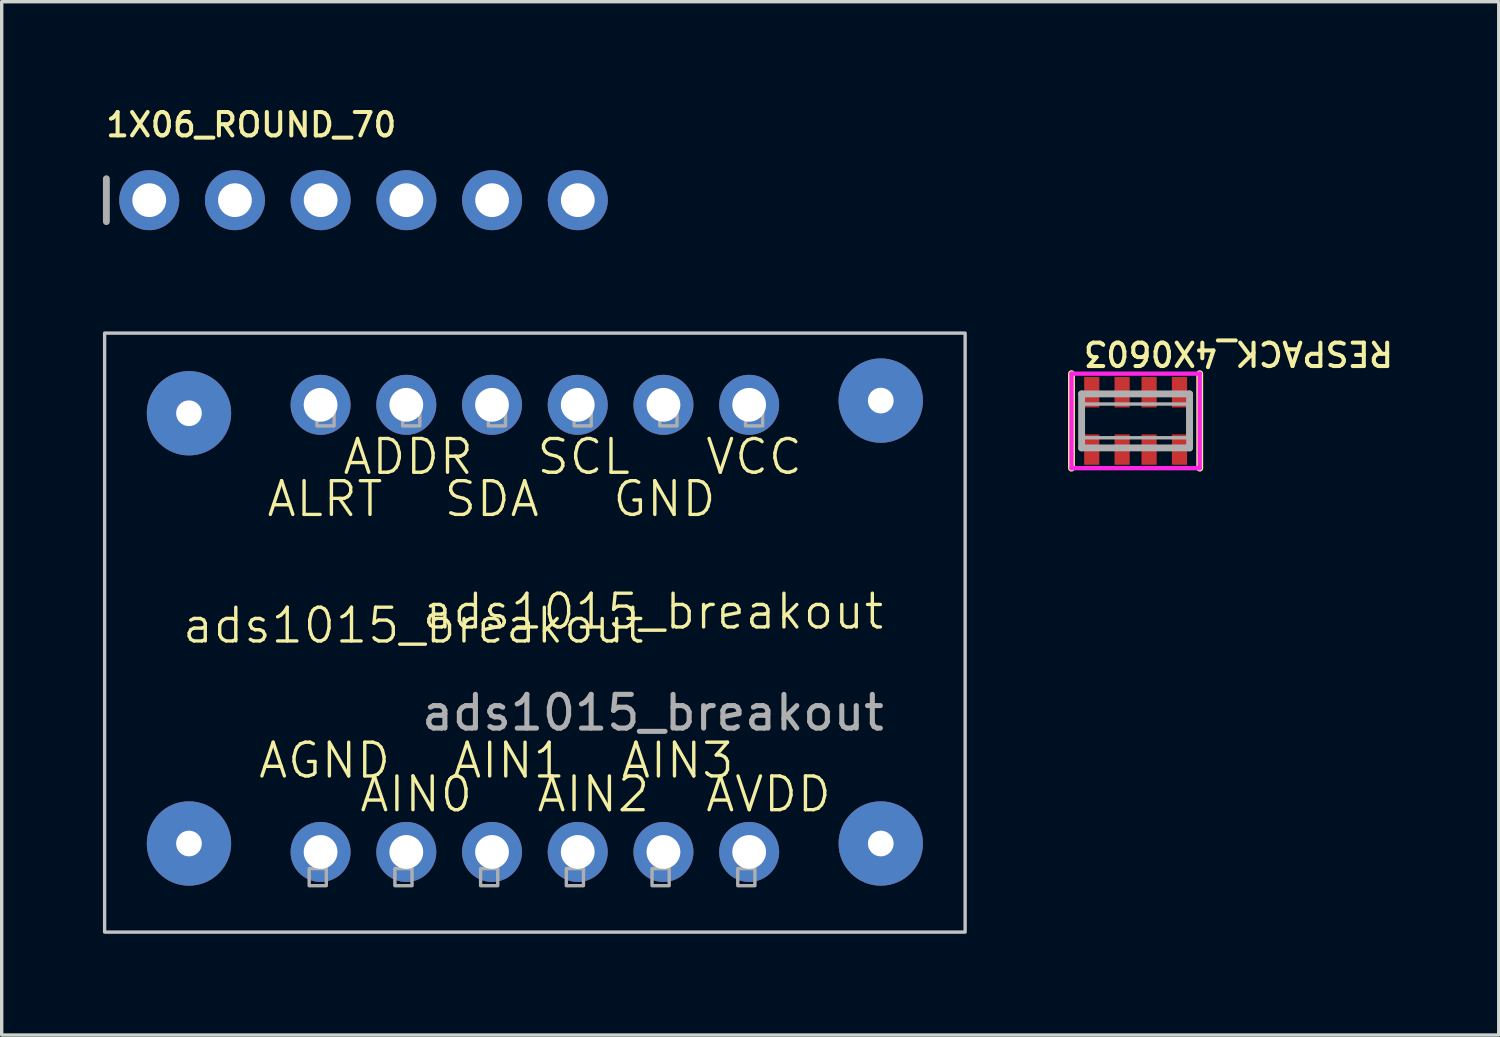
<source format=kicad_pcb>
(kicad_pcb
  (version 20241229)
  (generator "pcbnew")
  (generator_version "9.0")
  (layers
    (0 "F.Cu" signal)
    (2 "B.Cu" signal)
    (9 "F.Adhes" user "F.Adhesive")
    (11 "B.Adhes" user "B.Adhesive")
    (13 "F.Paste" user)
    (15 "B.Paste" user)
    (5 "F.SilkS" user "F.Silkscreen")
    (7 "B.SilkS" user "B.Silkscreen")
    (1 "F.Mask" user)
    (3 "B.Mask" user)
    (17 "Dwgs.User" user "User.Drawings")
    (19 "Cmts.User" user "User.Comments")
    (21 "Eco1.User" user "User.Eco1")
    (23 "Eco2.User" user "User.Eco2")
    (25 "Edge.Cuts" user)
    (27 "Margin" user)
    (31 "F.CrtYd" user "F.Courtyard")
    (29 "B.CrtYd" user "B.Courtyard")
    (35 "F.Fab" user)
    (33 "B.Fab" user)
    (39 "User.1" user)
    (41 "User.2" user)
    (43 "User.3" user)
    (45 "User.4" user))
  (footprint "RESPACK_4X0603"
    (layer "F.Cu")
    (at 30.602 9.423)
    (property "Reference" "RESPACK_4X0603" (at -1.6 -1.6 180) (unlocked yes) (layer "F.SilkS") (effects (font (size 0.693 0.693) (thickness 0.12)) (justify right top)))
    (fp_line (start -1.9 1.4) (end -1.9 -1.4) (stroke (width 0.203) (type solid)) (layer "F.SilkS"))
    (fp_line (start 1.9 -1.4) (end 1.9 1.4) (stroke (width 0.203) (type solid)) (layer "F.SilkS"))
    (fp_line (start -1.9 -1.4) (end 1.9 -1.4) (stroke (width 0.127) (type solid)) (layer "F.CrtYd"))
    (fp_line (start -1.9 1.4) (end -1.9 -1.4) (stroke (width 0.127) (type solid)) (layer "F.CrtYd"))
    (fp_line (start -1.9 1.4) (end 1.9 1.4) (stroke (width 0.127) (type solid)) (layer "F.CrtYd"))
    (fp_line (start 1.9 -1.4) (end 1.9 1.4) (stroke (width 0.127) (type solid)) (layer "F.CrtYd"))
    (fp_line (start -1.6 -0.8) (end 1.6 -0.8) (stroke (width 0.203) (type solid)) (layer "F.Fab"))
    (fp_line (start -1.6 0.8) (end -1.6 -0.8) (stroke (width 0.203) (type solid)) (layer "F.Fab"))
    (fp_line (start 1.6 -0.8) (end 1.6 0.8) (stroke (width 0.203) (type solid)) (layer "F.Fab"))
    (fp_line (start 1.6 0.8) (end -1.6 0.8) (stroke (width 0.203) (type solid)) (layer "F.Fab"))
    (fp_poly (pts (xy -1.55 0.5) (xy 1.55 0.5) (xy 1.55 -0.5) (xy -1.55 -0.5)) (stroke (width 0.1) (type default)) (fill no) (layer "F.Fab"))
    (pad "1" smd rect (at -1.3 0.85) (size 0.45 0.9) (layers "F.Cu" "F.Mask" "F.Paste"))
    (pad "2" smd rect (at -0.4 0.85) (size 0.45 0.9) (layers "F.Cu" "F.Mask" "F.Paste"))
    (pad "3" smd rect (at 0.4 0.85) (size 0.45 0.9) (layers "F.Cu" "F.Mask" "F.Paste"))
    (pad "4" smd rect (at 1.3 0.85) (size 0.45 0.9) (layers "F.Cu" "F.Mask" "F.Paste"))
    (pad "5" smd rect (at 1.3 -0.85) (size 0.45 0.9) (layers "F.Cu" "F.Mask" "F.Paste"))
    (pad "6" smd rect (at 0.4 -0.85) (size 0.45 0.9) (layers "F.Cu" "F.Mask" "F.Paste"))
    (pad "7" smd rect (at -0.4 -0.85) (size 0.45 0.9) (layers "F.Cu" "F.Mask" "F.Paste"))
    (pad "8" smd rect (at -1.3 -0.85) (size 0.45 0.9) (layers "F.Cu" "F.Mask" "F.Paste")))
  (footprint "ads1015_breakout"
    (layer "F.Cu")
    (at 12.8 15.571)
    (property "Reference" "ads1015_breakout" (at 3.5 -0.5 0) (unlocked yes) (layer "F.SilkS") (effects (font (size 1 1) (thickness 0.1))))
    (property "Value" "ads1015_breakout" (at 3.5 1 0) (unlocked yes) (layer "F.Fab") (hide yes) (effects (font (size 1 1) (thickness 0.15))))
    (attr through_hole)
    (fp_rect (start -12.75 -8.75) (end 12.75 9) (stroke (width 0.1) (type default)) (fill no) (layer "Dwgs.User"))
    (fp_poly (pts (xy -6.688 7.625) (xy -6.18 7.625) (xy -6.18 7.117) (xy -6.688 7.117)) (stroke (width 0.1) (type default)) (fill no) (layer "F.Fab"))
    (fp_poly (pts (xy -6.458 -6) (xy -5.95 -6) (xy -5.95 -6.508) (xy -6.458 -6.508)) (stroke (width 0.1) (type default)) (fill no) (layer "F.Fab"))
    (fp_poly (pts (xy -4.148 7.625) (xy -3.64 7.625) (xy -3.64 7.117) (xy -4.148 7.117)) (stroke (width 0.1) (type default)) (fill no) (layer "F.Fab"))
    (fp_poly (pts (xy -3.918 -6) (xy -3.41 -6) (xy -3.41 -6.508) (xy -3.918 -6.508)) (stroke (width 0.1) (type default)) (fill no) (layer "F.Fab"))
    (fp_poly (pts (xy -1.608 7.625) (xy -1.1 7.625) (xy -1.1 7.117) (xy -1.608 7.117)) (stroke (width 0.1) (type default)) (fill no) (layer "F.Fab"))
    (fp_poly (pts (xy -1.378 -6) (xy -0.87 -6) (xy -0.87 -6.508) (xy -1.378 -6.508)) (stroke (width 0.1) (type default)) (fill no) (layer "F.Fab"))
    (fp_poly (pts (xy 0.932 7.625) (xy 1.44 7.625) (xy 1.44 7.117) (xy 0.932 7.117)) (stroke (width 0.1) (type default)) (fill no) (layer "F.Fab"))
    (fp_poly (pts (xy 1.162 -6) (xy 1.67 -6) (xy 1.67 -6.508) (xy 1.162 -6.508)) (stroke (width 0.1) (type default)) (fill no) (layer "F.Fab"))
    (fp_poly (pts (xy 3.472 7.625) (xy 3.98 7.625) (xy 3.98 7.117) (xy 3.472 7.117)) (stroke (width 0.1) (type default)) (fill no) (layer "F.Fab"))
    (fp_poly (pts (xy 3.702 -6) (xy 4.21 -6) (xy 4.21 -6.508) (xy 3.702 -6.508)) (stroke (width 0.1) (type default)) (fill no) (layer "F.Fab"))
    (fp_poly (pts (xy 6.012 7.625) (xy 6.52 7.625) (xy 6.52 7.117) (xy 6.012 7.117)) (stroke (width 0.1) (type default)) (fill no) (layer "F.Fab"))
    (fp_poly (pts (xy 6.242 -6) (xy 6.75 -6) (xy 6.75 -6.508) (xy 6.242 -6.508)) (stroke (width 0.1) (type default)) (fill no) (layer "F.Fab"))
    (fp_text user "AIN2" (at 0 5.5 0) (unlocked yes) (layer "F.SilkS") (effects (font (size 1 1) (thickness 0.1)) (justify left bottom)))
    (fp_text user "AVDD" (at 5 5.5 0) (unlocked yes) (layer "F.SilkS") (effects (font (size 1 1) (thickness 0.1)) (justify left bottom)))
    (fp_text user "AGND" (at -8.25 4.5 0) (unlocked yes) (layer "F.SilkS") (effects (font (size 1 1) (thickness 0.1)) (justify left bottom)))
    (fp_text user "AIN1" (at -2.5 4.5 0) (unlocked yes) (layer "F.SilkS") (effects (font (size 1 1) (thickness 0.1)) (justify left bottom)))
    (fp_text user "ADDR" (at -5.75 -4.5 0) (unlocked yes) (layer "F.SilkS") (effects (font (size 1 1) (thickness 0.1)) (justify left bottom)))
    (fp_text user "AIN3" (at 2.5 4.5 0) (unlocked yes) (layer "F.SilkS") (effects (font (size 1 1) (thickness 0.1)) (justify left bottom)))
    (fp_text user "AIN0" (at -5.25 5.5 0) (unlocked yes) (layer "F.SilkS") (effects (font (size 1 1) (thickness 0.1)) (justify left bottom)))
    (fp_text user "ALRT" (at -8 -3.25 0) (unlocked yes) (layer "F.SilkS") (effects (font (size 1 1) (thickness 0.1)) (justify left bottom)))
    (fp_text user "SDA" (at -2.75 -3.25 0) (unlocked yes) (layer "F.SilkS") (effects (font (size 1 1) (thickness 0.1)) (justify left bottom)))
    (fp_text user "GND" (at 2.25 -3.25 0) (unlocked yes) (layer "F.SilkS") (effects (font (size 1 1) (thickness 0.1)) (justify left bottom)))
    (fp_text user "SCL" (at 0 -4.5 0) (unlocked yes) (layer "F.SilkS") (effects (font (size 1 1) (thickness 0.1)) (justify left bottom)))
    (fp_text user "${VALUE}" (at -10.5 0.5 0) (unlocked yes) (layer "F.SilkS") (effects (font (size 1 1) (thickness 0.1)) (justify left bottom)))
    (fp_text user "VCC" (at 5 -4.5 0) (unlocked yes) (layer "F.SilkS") (effects (font (size 1 1) (thickness 0.1)) (justify left bottom)))
    (fp_text user "${REFERENCE}" (at 3.5 2.5 0) (unlocked yes) (layer "F.Fab") (effects (font (size 1 1) (thickness 0.15))))
    (pad "" np_thru_hole circle (at -10.25 -6.375) (size 2.5 2.5) (drill 0.762) (layers "*.Cu" "*.Mask"))
    (pad "" np_thru_hole circle (at -10.25 6.375) (size 2.5 2.5) (drill 0.762) (layers "*.Cu" "*.Mask"))
    (pad "" np_thru_hole circle (at 10.25 -6.75) (size 2.5 2.5) (drill 0.762) (layers "*.Cu" "*.Mask"))
    (pad "" np_thru_hole circle (at 10.25 6.375) (size 2.5 2.5) (drill 0.762) (layers "*.Cu" "*.Mask"))
    (pad "1" thru_hole circle (at -3.81 -6.625 90) (size 1.778 1.778) (drill 1) (layers "*.Cu" "*.Mask"))
    (pad "2" thru_hole circle (at -6.35 -6.625 90) (size 1.778 1.778) (drill 1) (layers "*.Cu" "*.Mask"))
    (pad "3" thru_hole circle (at -6.35 6.625 90) (size 1.778 1.778) (drill 1) (layers "*.Cu" "*.Mask"))
    (pad "3" thru_hole circle (at 3.81 -6.625 90) (size 1.778 1.778) (drill 1) (layers "*.Cu" "*.Mask"))
    (pad "4" thru_hole circle (at -3.81 6.625 90) (size 1.778 1.778) (drill 1) (layers "*.Cu" "*.Mask"))
    (pad "5" thru_hole circle (at -1.27 6.625 90) (size 1.778 1.778) (drill 1) (layers "*.Cu" "*.Mask"))
    (pad "6" thru_hole circle (at 1.27 6.625 90) (size 1.778 1.778) (drill 1) (layers "*.Cu" "*.Mask"))
    (pad "7" thru_hole circle (at 3.81 6.625 90) (size 1.778 1.778) (drill 1) (layers "*.Cu" "*.Mask"))
    (pad "8" thru_hole circle (at 6.35 -6.625 90) (size 1.778 1.778) (drill 1) (layers "*.Cu" "*.Mask"))
    (pad "8" thru_hole circle (at 6.35 6.625 90) (size 1.778 1.778) (drill 1) (layers "*.Cu" "*.Mask"))
    (pad "9" thru_hole circle (at -1.27 -6.625 90) (size 1.778 1.778) (drill 1) (layers "*.Cu" "*.Mask"))
    (pad "10" thru_hole circle (at 1.27 -6.625 90) (size 1.778 1.778) (drill 1) (layers "*.Cu" "*.Mask")))
  (footprint "1X06_ROUND_70"
    (layer "F.Cu")
    (at 7.722 2.882)
    (property "Reference" "1X06_ROUND_70" (at -7.696 -1.829 0) (unlocked yes) (layer "F.SilkS") (effects (font (size 0.693 0.693) (thickness 0.12)) (justify left bottom)))
    (fp_line (start -7.62 -0.635) (end -7.62 0.635) (stroke (width 0.203) (type solid)) (layer "F.Fab"))
    (fp_poly (pts (xy -6.604 0.254) (xy -6.096 0.254) (xy -6.096 -0.254) (xy -6.604 -0.254)) (stroke (width 0.1) (type default)) (fill no) (layer "F.Fab"))
    (fp_poly (pts (xy -4.064 0.254) (xy -3.556 0.254) (xy -3.556 -0.254) (xy -4.064 -0.254)) (stroke (width 0.1) (type default)) (fill no) (layer "F.Fab"))
    (fp_poly (pts (xy -1.524 0.254) (xy -1.016 0.254) (xy -1.016 -0.254) (xy -1.524 -0.254)) (stroke (width 0.1) (type default)) (fill no) (layer "F.Fab"))
    (fp_poly (pts (xy 1.016 0.254) (xy 1.524 0.254) (xy 1.524 -0.254) (xy 1.016 -0.254)) (stroke (width 0.1) (type default)) (fill no) (layer "F.Fab"))
    (fp_poly (pts (xy 3.556 0.254) (xy 4.064 0.254) (xy 4.064 -0.254) (xy 3.556 -0.254)) (stroke (width 0.1) (type default)) (fill no) (layer "F.Fab"))
    (fp_poly (pts (xy 6.096 0.254) (xy 6.604 0.254) (xy 6.604 -0.254) (xy 6.096 -0.254)) (stroke (width 0.1) (type default)) (fill no) (layer "F.Fab"))
    (pad "1" thru_hole circle (at -6.35 0 90) (size 1.778 1.778) (drill 1) (layers "*.Cu" "*.Mask"))
    (pad "2" thru_hole circle (at -3.81 0 90) (size 1.778 1.778) (drill 1) (layers "*.Cu" "*.Mask"))
    (pad "3" thru_hole circle (at -1.27 0 90) (size 1.778 1.778) (drill 1) (layers "*.Cu" "*.Mask"))
    (pad "4" thru_hole circle (at 1.27 0 90) (size 1.778 1.778) (drill 1) (layers "*.Cu" "*.Mask"))
    (pad "5" thru_hole circle (at 3.81 0 90) (size 1.778 1.778) (drill 1) (layers "*.Cu" "*.Mask"))
    (pad "6" thru_hole circle (at 6.35 0 90) (size 1.778 1.778) (drill 1) (layers "*.Cu" "*.Mask")))
  (gr_rect
    (start -3 -3)
    (end 41.362 27.621)
    (stroke (width 0.1) (type default))
    (fill no)
    (layer "Edge.Cuts")))
</source>
